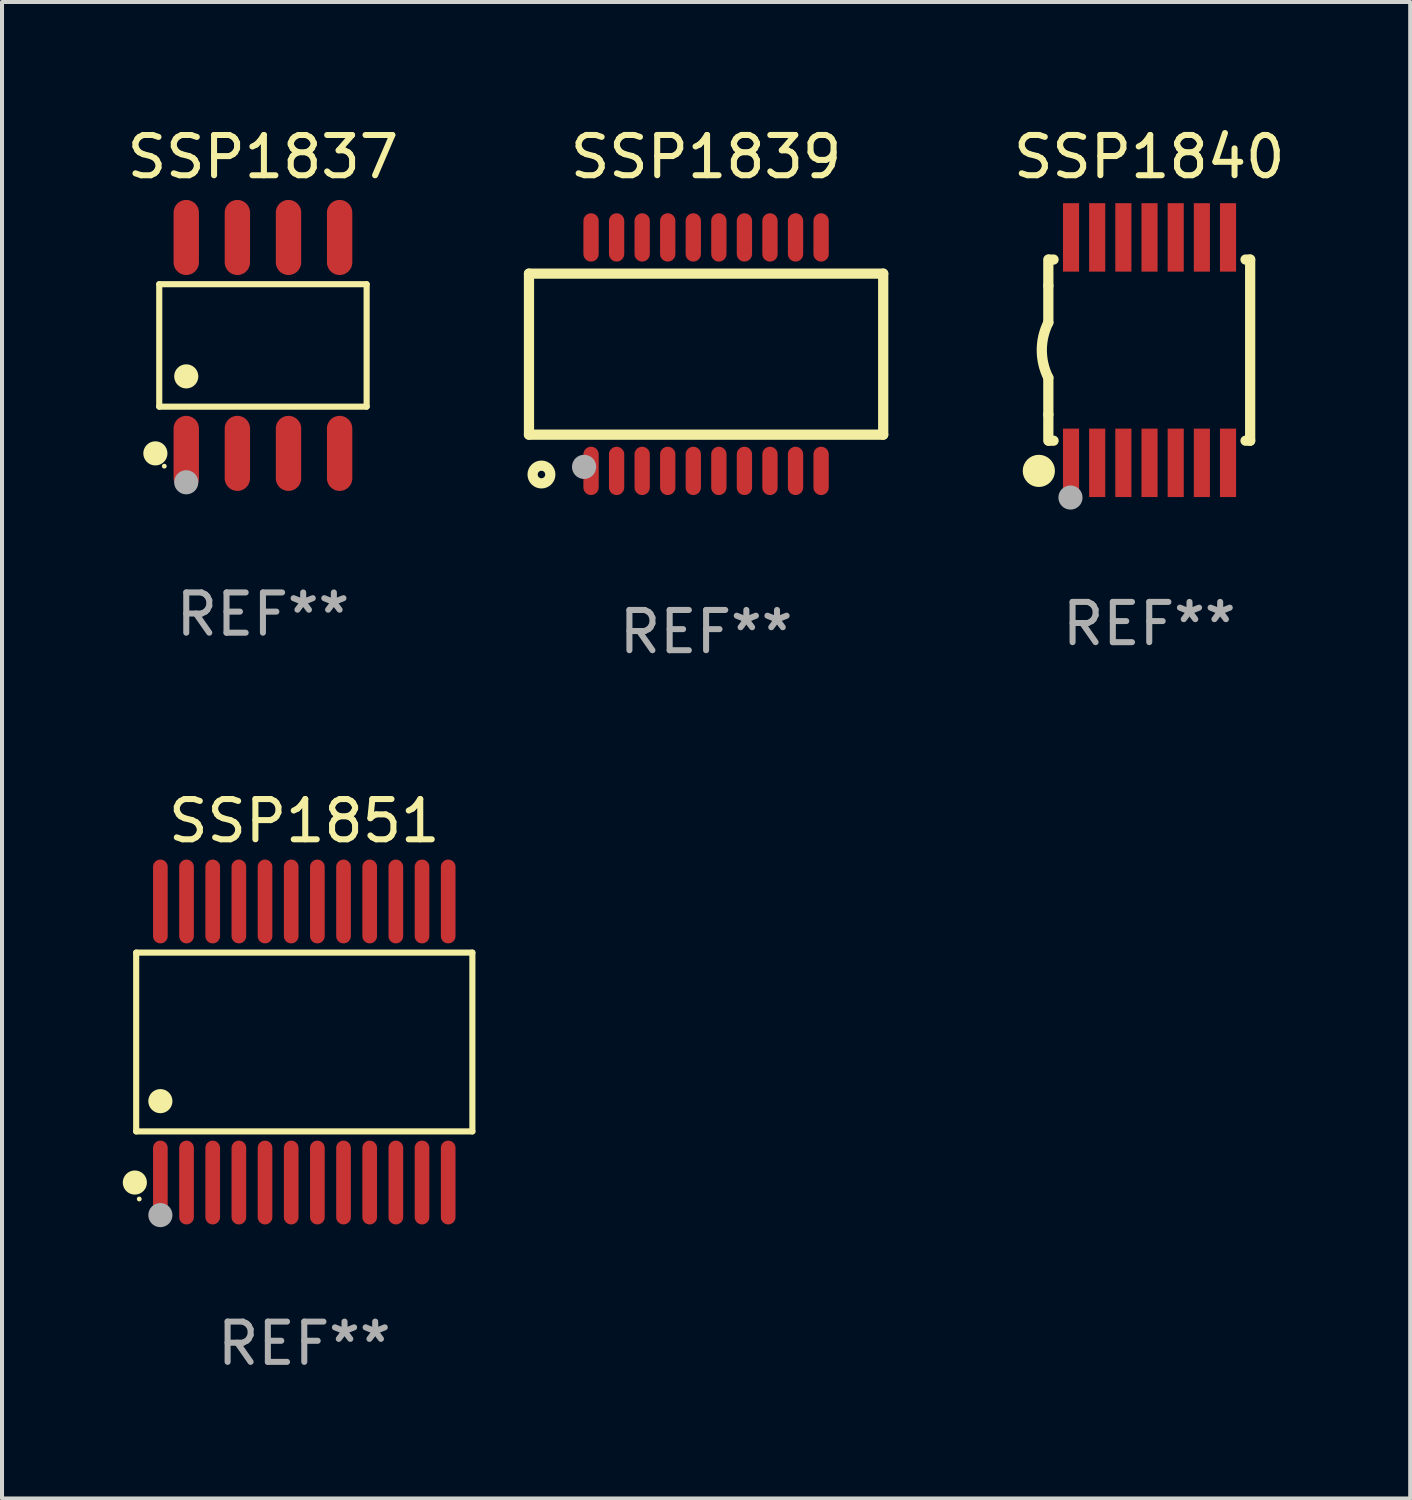
<source format=kicad_pcb>
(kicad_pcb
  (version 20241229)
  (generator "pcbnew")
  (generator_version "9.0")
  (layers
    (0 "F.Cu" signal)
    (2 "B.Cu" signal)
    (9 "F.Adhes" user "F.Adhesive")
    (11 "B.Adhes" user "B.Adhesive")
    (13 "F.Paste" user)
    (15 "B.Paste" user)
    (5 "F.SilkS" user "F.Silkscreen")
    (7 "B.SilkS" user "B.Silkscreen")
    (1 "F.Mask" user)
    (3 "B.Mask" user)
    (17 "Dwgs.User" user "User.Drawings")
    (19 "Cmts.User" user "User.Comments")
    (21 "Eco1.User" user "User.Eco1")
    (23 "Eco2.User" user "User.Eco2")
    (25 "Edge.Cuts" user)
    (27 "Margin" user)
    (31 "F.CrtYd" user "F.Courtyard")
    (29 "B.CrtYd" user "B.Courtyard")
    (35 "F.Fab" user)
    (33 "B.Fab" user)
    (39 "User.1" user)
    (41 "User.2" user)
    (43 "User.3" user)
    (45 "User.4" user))
  (footprint "SSP1839"
    (layer "F.Cu")
    (at 14.491 5.748)
    (property "Reference" "SSP1839" (at 0 -4.9 0) (layer "F.SilkS") (effects (font (size 1 1) (thickness 0.15))))
    (attr through_hole)
    (fp_line (start -4.4 -2) (end -4.4 2) (stroke (width 0.254) (type solid)) (layer "F.SilkS"))
    (fp_line (start -4.4 -2) (end 4.4 -2) (stroke (width 0.254) (type solid)) (layer "F.SilkS"))
    (fp_line (start -4.4 2) (end 4.4 2) (stroke (width 0.254) (type solid)) (layer "F.SilkS"))
    (fp_line (start 4.4 -2) (end 4.4 2) (stroke (width 0.254) (type solid)) (layer "F.SilkS"))
    (fp_circle (center -4.351 3) (end -4.321 3) (stroke (width 0.06) (type solid)) (fill no) (layer "F.SilkS"))
    (fp_circle (center -4.09 2.99) (end -3.87 2.99) (stroke (width 0.254) (type solid)) (fill no) (layer "F.SilkS"))
    (fp_circle (center -3.031 2.8) (end -2.88 2.8) (stroke (width 0.3) (type solid)) (fill no) (layer "F.Fab"))
    (fp_text user "REF**" (at 0 6.9 0) (layer "F.Fab") (effects (font (size 1 1) (thickness 0.15))))
    (pad "1" smd oval (at -2.858 2.9 180) (size 0.38 1.2) (layers "F.Cu" "F.Mask" "F.Paste"))
    (pad "2" smd oval (at -2.223 2.9 180) (size 0.38 1.2) (layers "F.Cu" "F.Mask" "F.Paste"))
    (pad "3" smd oval (at -1.588 2.9 180) (size 0.38 1.2) (layers "F.Cu" "F.Mask" "F.Paste"))
    (pad "4" smd oval (at -0.953 2.9 180) (size 0.38 1.2) (layers "F.Cu" "F.Mask" "F.Paste"))
    (pad "5" smd oval (at -0.318 2.9 180) (size 0.38 1.2) (layers "F.Cu" "F.Mask" "F.Paste"))
    (pad "6" smd oval (at 0.317 2.9 180) (size 0.38 1.2) (layers "F.Cu" "F.Mask" "F.Paste"))
    (pad "7" smd oval (at 0.952 2.9 180) (size 0.38 1.2) (layers "F.Cu" "F.Mask" "F.Paste"))
    (pad "8" smd oval (at 1.587 2.9 180) (size 0.38 1.2) (layers "F.Cu" "F.Mask" "F.Paste"))
    (pad "9" smd oval (at 2.222 2.9 180) (size 0.38 1.2) (layers "F.Cu" "F.Mask" "F.Paste"))
    (pad "10" smd oval (at 2.857 2.9 180) (size 0.38 1.2) (layers "F.Cu" "F.Mask" "F.Paste"))
    (pad "11" smd oval (at 2.857 -2.9) (size 0.38 1.2) (layers "F.Cu" "F.Mask" "F.Paste"))
    (pad "12" smd oval (at 2.222 -2.9) (size 0.38 1.2) (layers "F.Cu" "F.Mask" "F.Paste"))
    (pad "13" smd oval (at 1.587 -2.9) (size 0.38 1.2) (layers "F.Cu" "F.Mask" "F.Paste"))
    (pad "14" smd oval (at 0.952 -2.9) (size 0.38 1.2) (layers "F.Cu" "F.Mask" "F.Paste"))
    (pad "15" smd oval (at 0.317 -2.9) (size 0.38 1.2) (layers "F.Cu" "F.Mask" "F.Paste"))
    (pad "16" smd oval (at -0.318 -2.9) (size 0.38 1.2) (layers "F.Cu" "F.Mask" "F.Paste"))
    (pad "17" smd oval (at -0.953 -2.9) (size 0.38 1.2) (layers "F.Cu" "F.Mask" "F.Paste"))
    (pad "18" smd oval (at -1.588 -2.9) (size 0.38 1.2) (layers "F.Cu" "F.Mask" "F.Paste"))
    (pad "19" smd oval (at -2.223 -2.9) (size 0.38 1.2) (layers "F.Cu" "F.Mask" "F.Paste"))
    (pad "20" smd oval (at -2.858 -2.9) (size 0.38 1.2) (layers "F.Cu" "F.Mask" "F.Paste")))
  (footprint "SSP1840"
    (layer "F.Cu")
    (at 25.5 5.648)
    (property "Reference" "SSP1840" (at 0 -4.8 0) (layer "F.SilkS") (effects (font (size 1 1) (thickness 0.15))))
    (attr through_hole)
    (fp_line (start -2.507 -1.6) (end -2.507 -2.25) (stroke (width 0.254) (type solid)) (layer "F.SilkS"))
    (fp_line (start -2.507 -0.686) (end -2.507 -1.6) (stroke (width 0.254) (type solid)) (layer "F.SilkS"))
    (fp_line (start -2.507 1.6) (end -2.507 0.686) (stroke (width 0.254) (type solid)) (layer "F.SilkS"))
    (fp_line (start -2.507 1.6) (end -2.507 2.25) (stroke (width 0.254) (type solid)) (layer "F.SilkS"))
    (fp_line (start -2.493 -2.25) (end -2.377 -2.25) (stroke (width 0.254) (type solid)) (layer "F.SilkS"))
    (fp_line (start -2.377 2.25) (end -2.493 2.25) (stroke (width 0.254) (type solid)) (layer "F.SilkS"))
    (fp_line (start 2.392 -2.25) (end 2.507 -2.25) (stroke (width 0.254) (type solid)) (layer "F.SilkS"))
    (fp_line (start 2.507 -2.25) (end 2.507 2.25) (stroke (width 0.254) (type solid)) (layer "F.SilkS"))
    (fp_line (start 2.507 2.25) (end 2.392 2.25) (stroke (width 0.254) (type solid)) (layer "F.SilkS"))
    (fp_arc (start -2.507303 0.685802) (mid -2.669199 0) (end -2.507303 -0.685801) (stroke (width 0.254001) (type solid)) (layer "F.SilkS"))
    (fp_circle (center -2.743 3) (end -2.543 3) (stroke (width 0.4) (type solid)) (fill no) (layer "F.SilkS"))
    (fp_circle (center -2.493 3.2) (end -2.463 3.2) (stroke (width 0.06) (type solid)) (fill no) (layer "F.SilkS"))
    (fp_circle (center -1.957 3.662) (end -1.807 3.662) (stroke (width 0.3) (type solid)) (fill no) (layer "F.Fab"))
    (fp_text user "REF**" (at 0 6.8 0) (layer "F.Fab") (effects (font (size 1 1) (thickness 0.15))))
    (pad "1" smd rect (at -1.943 2.8) (size 0.4 1.7) (layers "F.Cu" "F.Mask" "F.Paste"))
    (pad "2" smd rect (at -1.293 2.8) (size 0.4 1.7) (layers "F.Cu" "F.Mask" "F.Paste"))
    (pad "3" smd rect (at -0.643 2.8) (size 0.4 1.7) (layers "F.Cu" "F.Mask" "F.Paste"))
    (pad "4" smd rect (at 0.007 2.8) (size 0.4 1.7) (layers "F.Cu" "F.Mask" "F.Paste"))
    (pad "5" smd rect (at 0.657 2.8) (size 0.4 1.7) (layers "F.Cu" "F.Mask" "F.Paste"))
    (pad "6" smd rect (at 1.307 2.8) (size 0.4 1.7) (layers "F.Cu" "F.Mask" "F.Paste"))
    (pad "7" smd rect (at 1.957 2.8) (size 0.4 1.7) (layers "F.Cu" "F.Mask" "F.Paste"))
    (pad "8" smd rect (at 1.957 -2.8) (size 0.4 1.7) (layers "F.Cu" "F.Mask" "F.Paste"))
    (pad "9" smd rect (at 1.307 -2.8) (size 0.4 1.7) (layers "F.Cu" "F.Mask" "F.Paste"))
    (pad "10" smd rect (at 0.657 -2.8) (size 0.4 1.7) (layers "F.Cu" "F.Mask" "F.Paste"))
    (pad "11" smd rect (at 0.007 -2.8) (size 0.4 1.7) (layers "F.Cu" "F.Mask" "F.Paste"))
    (pad "12" smd rect (at -0.643 -2.8) (size 0.4 1.7) (layers "F.Cu" "F.Mask" "F.Paste"))
    (pad "13" smd rect (at -1.293 -2.8) (size 0.4 1.7) (layers "F.Cu" "F.Mask" "F.Paste"))
    (pad "14" smd rect (at -1.943 -2.8) (size 0.4 1.7) (layers "F.Cu" "F.Mask" "F.Paste")))
  (footprint "SSP1851"
    (layer "F.Cu")
    (at 4.509 22.836)
    (property "Reference" "SSP1851" (at 0 -5.491 0) (layer "F.SilkS") (effects (font (size 1 1) (thickness 0.15))))
    (attr through_hole)
    (fp_line (start -4.176 -2.221) (end 4.176 -2.221) (stroke (width 0.152) (type solid)) (layer "F.SilkS"))
    (fp_line (start -4.176 2.221) (end -4.176 -2.221) (stroke (width 0.152) (type solid)) (layer "F.SilkS"))
    (fp_line (start 4.176 -2.221) (end 4.176 2.221) (stroke (width 0.152) (type solid)) (layer "F.SilkS"))
    (fp_line (start 4.176 2.221) (end -4.176 2.221) (stroke (width 0.152) (type solid)) (layer "F.SilkS"))
    (fp_circle (center -4.209 3.491) (end -4.059 3.491) (stroke (width 0.3) (type solid)) (fill no) (layer "F.SilkS"))
    (fp_circle (center -4.1 3.9) (end -4.07 3.9) (stroke (width 0.06) (type solid)) (fill no) (layer "F.SilkS"))
    (fp_circle (center -3.575 1.469) (end -3.425 1.469) (stroke (width 0.3) (type solid)) (fill no) (layer "F.SilkS"))
    (fp_circle (center -3.575 4.3) (end -3.425 4.3) (stroke (width 0.3) (type solid)) (fill no) (layer "F.Fab"))
    (fp_text user "REF**" (at 0 7.491 0) (layer "F.Fab") (effects (font (size 1 1) (thickness 0.15))))
    (pad "1" smd oval (at -3.575 3.491) (size 0.364 2.082) (layers "F.Cu" "F.Mask" "F.Paste"))
    (pad "2" smd oval (at -2.925 3.491) (size 0.364 2.082) (layers "F.Cu" "F.Mask" "F.Paste"))
    (pad "3" smd oval (at -2.275 3.491) (size 0.364 2.082) (layers "F.Cu" "F.Mask" "F.Paste"))
    (pad "4" smd oval (at -1.625 3.491) (size 0.364 2.082) (layers "F.Cu" "F.Mask" "F.Paste"))
    (pad "5" smd oval (at -0.975 3.491) (size 0.364 2.082) (layers "F.Cu" "F.Mask" "F.Paste"))
    (pad "6" smd oval (at -0.325 3.491) (size 0.364 2.082) (layers "F.Cu" "F.Mask" "F.Paste"))
    (pad "7" smd oval (at 0.325 3.491) (size 0.364 2.082) (layers "F.Cu" "F.Mask" "F.Paste"))
    (pad "8" smd oval (at 0.975 3.491) (size 0.364 2.082) (layers "F.Cu" "F.Mask" "F.Paste"))
    (pad "9" smd oval (at 1.625 3.491) (size 0.364 2.082) (layers "F.Cu" "F.Mask" "F.Paste"))
    (pad "10" smd oval (at 2.275 3.491) (size 0.364 2.082) (layers "F.Cu" "F.Mask" "F.Paste"))
    (pad "11" smd oval (at 2.925 3.491) (size 0.364 2.082) (layers "F.Cu" "F.Mask" "F.Paste"))
    (pad "12" smd oval (at 3.575 3.491) (size 0.364 2.082) (layers "F.Cu" "F.Mask" "F.Paste"))
    (pad "13" smd oval (at 3.575 -3.491) (size 0.364 2.082) (layers "F.Cu" "F.Mask" "F.Paste"))
    (pad "14" smd oval (at 2.925 -3.491) (size 0.364 2.082) (layers "F.Cu" "F.Mask" "F.Paste"))
    (pad "15" smd oval (at 2.275 -3.491) (size 0.364 2.082) (layers "F.Cu" "F.Mask" "F.Paste"))
    (pad "16" smd oval (at 1.625 -3.491) (size 0.364 2.082) (layers "F.Cu" "F.Mask" "F.Paste"))
    (pad "17" smd oval (at 0.975 -3.491) (size 0.364 2.082) (layers "F.Cu" "F.Mask" "F.Paste"))
    (pad "18" smd oval (at 0.325 -3.491) (size 0.364 2.082) (layers "F.Cu" "F.Mask" "F.Paste"))
    (pad "19" smd oval (at -0.325 -3.491) (size 0.364 2.082) (layers "F.Cu" "F.Mask" "F.Paste"))
    (pad "20" smd oval (at -0.975 -3.491) (size 0.364 2.082) (layers "F.Cu" "F.Mask" "F.Paste"))
    (pad "21" smd oval (at -1.625 -3.491) (size 0.364 2.082) (layers "F.Cu" "F.Mask" "F.Paste"))
    (pad "22" smd oval (at -2.275 -3.491) (size 0.364 2.082) (layers "F.Cu" "F.Mask" "F.Paste"))
    (pad "23" smd oval (at -2.925 -3.491) (size 0.364 2.082) (layers "F.Cu" "F.Mask" "F.Paste"))
    (pad "24" smd oval (at -3.575 -3.491) (size 0.364 2.082) (layers "F.Cu" "F.Mask" "F.Paste")))
  (footprint "SSP1837"
    (layer "F.Cu")
    (at 3.482 5.531)
    (property "Reference" "SSP1837" (at 0 -4.682 0) (layer "F.SilkS") (effects (font (size 1 1) (thickness 0.15))))
    (attr through_hole)
    (fp_line (start -2.576 -1.521) (end 2.576 -1.521) (stroke (width 0.152) (type solid)) (layer "F.SilkS"))
    (fp_line (start -2.576 1.521) (end -2.576 -1.521) (stroke (width 0.152) (type solid)) (layer "F.SilkS"))
    (fp_line (start 2.576 -1.521) (end 2.576 1.521) (stroke (width 0.152) (type solid)) (layer "F.SilkS"))
    (fp_line (start 2.576 1.521) (end -2.576 1.521) (stroke (width 0.152) (type solid)) (layer "F.SilkS"))
    (fp_circle (center -2.672 2.682) (end -2.522 2.682) (stroke (width 0.3) (type solid)) (fill no) (layer "F.SilkS"))
    (fp_circle (center -2.45 3) (end -2.42 3) (stroke (width 0.06) (type solid)) (fill no) (layer "F.SilkS"))
    (fp_circle (center -1.905 0.769) (end -1.755 0.769) (stroke (width 0.3) (type solid)) (fill no) (layer "F.SilkS"))
    (fp_circle (center -1.905 3.4) (end -1.755 3.4) (stroke (width 0.3) (type solid)) (fill no) (layer "F.Fab"))
    (fp_text user "REF**" (at 0 6.682 0) (layer "F.Fab") (effects (font (size 1 1) (thickness 0.15))))
    (pad "1" smd oval (at -1.905 2.682) (size 0.63 1.865) (layers "F.Cu" "F.Mask" "F.Paste"))
    (pad "2" smd oval (at -0.635 2.682) (size 0.63 1.865) (layers "F.Cu" "F.Mask" "F.Paste"))
    (pad "3" smd oval (at 0.635 2.682) (size 0.63 1.865) (layers "F.Cu" "F.Mask" "F.Paste"))
    (pad "4" smd oval (at 1.905 2.682) (size 0.63 1.865) (layers "F.Cu" "F.Mask" "F.Paste"))
    (pad "5" smd oval (at 1.905 -2.682) (size 0.63 1.865) (layers "F.Cu" "F.Mask" "F.Paste"))
    (pad "6" smd oval (at 0.635 -2.682) (size 0.63 1.865) (layers "F.Cu" "F.Mask" "F.Paste"))
    (pad "7" smd oval (at -0.635 -2.682) (size 0.63 1.865) (layers "F.Cu" "F.Mask" "F.Paste"))
    (pad "8" smd oval (at -1.905 -2.682) (size 0.63 1.865) (layers "F.Cu" "F.Mask" "F.Paste")))
  (gr_rect
    (start -3 -3)
    (end 31.983 34.175)
    (stroke (width 0.1) (type default))
    (fill no)
    (layer "Edge.Cuts")))
</source>
